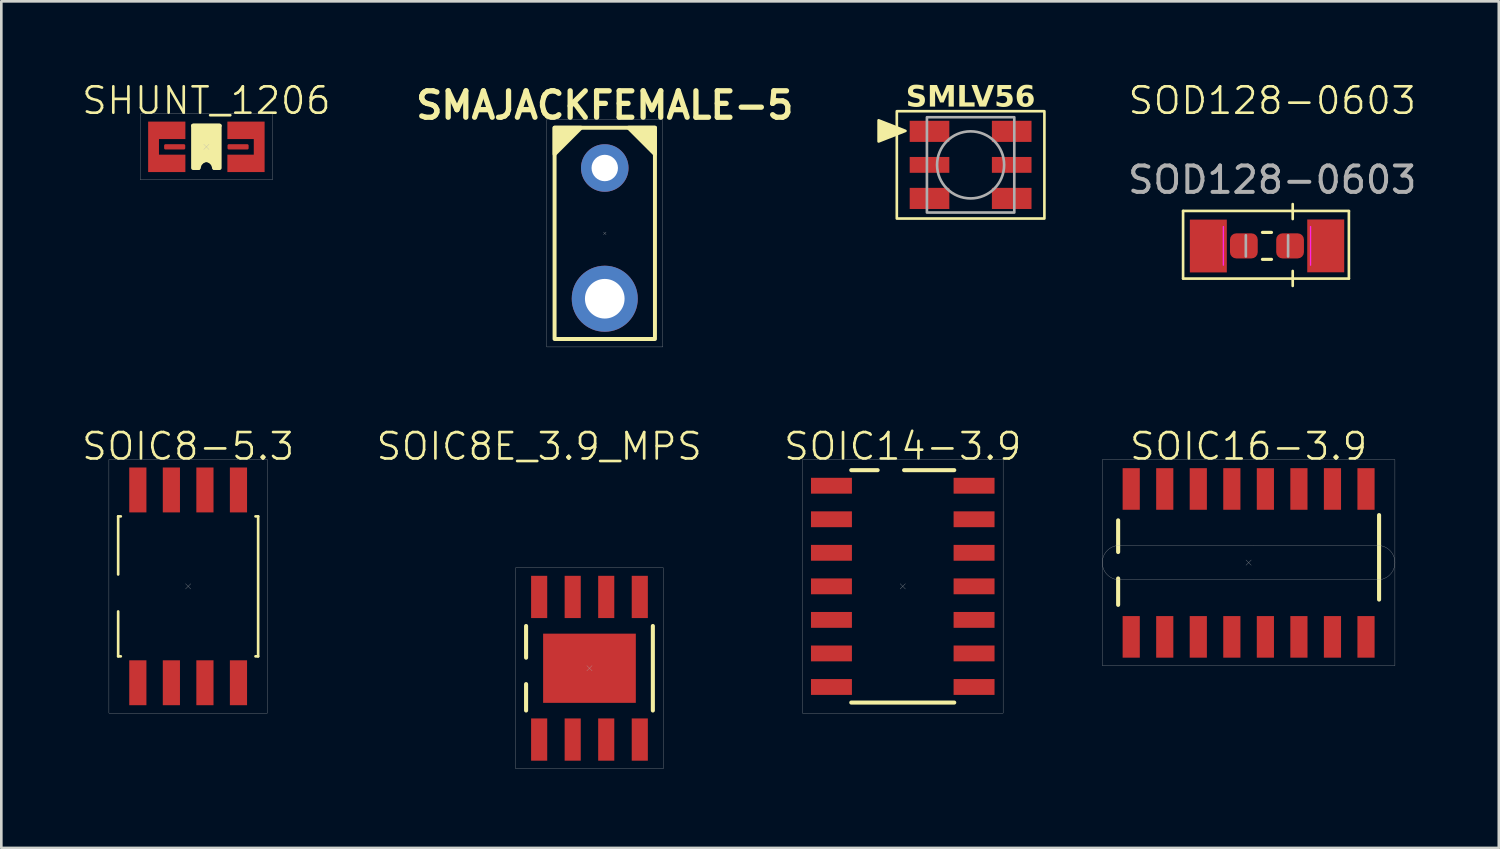
<source format=kicad_pcb>
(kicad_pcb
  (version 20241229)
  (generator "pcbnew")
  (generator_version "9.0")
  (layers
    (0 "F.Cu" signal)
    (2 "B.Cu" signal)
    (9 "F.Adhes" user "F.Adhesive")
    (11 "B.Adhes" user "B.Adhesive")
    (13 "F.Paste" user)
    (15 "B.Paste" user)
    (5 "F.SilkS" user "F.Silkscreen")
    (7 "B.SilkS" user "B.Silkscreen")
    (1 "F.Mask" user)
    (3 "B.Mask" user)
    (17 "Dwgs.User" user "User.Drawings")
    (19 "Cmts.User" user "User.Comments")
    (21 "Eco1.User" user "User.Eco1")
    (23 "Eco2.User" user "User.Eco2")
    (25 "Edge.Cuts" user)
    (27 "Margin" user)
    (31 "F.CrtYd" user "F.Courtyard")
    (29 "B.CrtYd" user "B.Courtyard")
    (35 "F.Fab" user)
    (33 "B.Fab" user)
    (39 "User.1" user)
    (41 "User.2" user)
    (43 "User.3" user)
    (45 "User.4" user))
  (footprint "SOIC16-3.9"
    (layer "F.Cu")
    (at 44.226 18.252)
    (property "Reference" "SOIC16-3.9" (at 0 -4.4 0) (unlocked yes) (layer "F.SilkS") (effects (font (size 1 1) (thickness 0.1))))
    (attr smd)
    (fp_line (start -4.94 -0.4) (end -4.94 -1.6) (stroke (width 0.154) (type default)) (layer "F.SilkS"))
    (fp_line (start -4.94 1.6) (end -4.94 0.6) (stroke (width 0.154) (type default)) (layer "F.SilkS"))
    (fp_line (start 4.94 1.4) (end 4.94 -1.8) (stroke (width 0.154) (type default)) (layer "F.SilkS"))
    (fp_line (start -0.1 -0.1) (end 0.1 0.1) (stroke (width 0.01) (type default)) (layer "F.Fab"))
    (fp_line (start 0.1 -0.1) (end -0.1 0.1) (stroke (width 0.01) (type default)) (layer "F.Fab"))
    (fp_line (start 0.19 -0.65) (end -4.89 -0.65) (stroke (width 0.01) (type default)) (layer "F.Fab"))
    (fp_line (start 0.19 0.65) (end -4.89 0.65) (stroke (width 0.01) (type default)) (layer "F.Fab"))
    (fp_line (start 4.89 -0.65) (end 0.19 -0.65) (stroke (width 0.01) (type default)) (layer "F.Fab"))
    (fp_line (start 4.89 0.65) (end 0.19 0.65) (stroke (width 0.01) (type default)) (layer "F.Fab"))
    (fp_rect (start -5.54 -3.9) (end 5.54 3.9) (stroke (width 0.01) (type default)) (fill no) (layer "F.Fab"))
    (fp_arc (start -4.89 0.65) (mid -5.54 0) (end -4.89 -0.65) (stroke (width 0.01) (type default)) (layer "F.Fab"))
    (fp_arc (start 4.89 -0.65) (mid 5.54 0) (end 4.89 0.65) (stroke (width 0.01) (type default)) (layer "F.Fab"))
    (pad "1" smd rect (at -4.445 2.812) (size 0.65 1.575) (layers "F.Cu" "F.Mask" "F.Paste"))
    (pad "2" smd rect (at -3.175 2.812) (size 0.65 1.575) (layers "F.Cu" "F.Mask" "F.Paste"))
    (pad "3" smd rect (at -1.905 2.812) (size 0.65 1.575) (layers "F.Cu" "F.Mask" "F.Paste"))
    (pad "4" smd rect (at -0.635 2.812) (size 0.65 1.575) (layers "F.Cu" "F.Mask" "F.Paste"))
    (pad "5" smd rect (at 0.635 2.812) (size 0.65 1.575) (layers "F.Cu" "F.Mask" "F.Paste"))
    (pad "6" smd rect (at 1.905 2.812) (size 0.65 1.575) (layers "F.Cu" "F.Mask" "F.Paste"))
    (pad "7" smd rect (at 3.175 2.812) (size 0.65 1.575) (layers "F.Cu" "F.Mask" "F.Paste"))
    (pad "8" smd rect (at 4.445 2.812) (size 0.65 1.575) (layers "F.Cu" "F.Mask" "F.Paste"))
    (pad "9" smd rect (at 4.445 -2.788) (size 0.65 1.575) (layers "F.Cu" "F.Mask" "F.Paste"))
    (pad "10" smd rect (at 3.175 -2.788) (size 0.65 1.575) (layers "F.Cu" "F.Mask" "F.Paste"))
    (pad "11" smd rect (at 1.905 -2.788) (size 0.65 1.575) (layers "F.Cu" "F.Mask" "F.Paste"))
    (pad "12" smd rect (at 0.635 -2.788) (size 0.65 1.575) (layers "F.Cu" "F.Mask" "F.Paste"))
    (pad "13" smd rect (at -0.635 -2.788) (size 0.65 1.575) (layers "F.Cu" "F.Mask" "F.Paste"))
    (pad "14" smd rect (at -1.905 -2.788) (size 0.65 1.575) (layers "F.Cu" "F.Mask" "F.Paste"))
    (pad "15" smd rect (at -3.175 -2.788) (size 0.65 1.575) (layers "F.Cu" "F.Mask" "F.Paste"))
    (pad "16" smd rect (at -4.445 -2.788) (size 0.65 1.575) (layers "F.Cu" "F.Mask" "F.Paste")))
  (footprint "SMAJACKFEMALE-5"
    (layer "F.Cu")
    (at 19.848 5.786)
    (property "Reference" "SMAJACKFEMALE-5" (at 0 -4.85 0) (unlocked yes) (layer "F.SilkS") (effects (font (size 1 1) (thickness 0.2) (bold yes))))
    (attr through_hole)
    (fp_rect (start -1.9 -4) (end 1.9 4) (stroke (width 0.15) (type default)) (fill no) (layer "F.SilkS"))
    (fp_poly (pts (xy -1.9 -4) (xy -1.9 -3) (xy -0.9 -4)) (stroke (width 0.15) (type solid)) (fill yes) (layer "F.SilkS"))
    (fp_poly (pts (xy 1.9 -4) (xy 0.9 -4) (xy 1.9 -3)) (stroke (width 0.15) (type solid)) (fill yes) (layer "F.SilkS"))
    (fp_line (start -0.05 -0.05) (end 0.05 0.05) (stroke (width 0.01) (type default)) (layer "F.Fab"))
    (fp_line (start 0.05 -0.05) (end -0.05 0.05) (stroke (width 0.01) (type default)) (layer "F.Fab"))
    (fp_rect (start -2.2 -4.3) (end 2.2 4.3) (stroke (width 0.01) (type default)) (fill no) (layer "F.Fab"))
    (pad "1" thru_hole circle (at 0 -2.475) (size 1.8 1.8) (drill 1) (layers "*.Cu" "*.Mask"))
    (pad "2" thru_hole circle (at 0 2.475) (size 2.5 2.5) (drill 1.5) (layers "*.Cu" "*.Mask")))
  (footprint "SOIC8E_3.9_MPS"
    (layer "F.Cu")
    (at 19.269 22.252)
    (property "Reference" "SOIC8E_3.9_MPS" (at -1.905 -8.4 0) (unlocked yes) (layer "F.SilkS") (effects (font (size 1 1) (thickness 0.1))))
    (attr smd)
    (fp_line (start -2.4 -0.4) (end -2.4 -1.6) (stroke (width 0.154) (type default)) (layer "F.SilkS"))
    (fp_line (start -2.4 1.6) (end -2.4 0.6) (stroke (width 0.154) (type default)) (layer "F.SilkS"))
    (fp_line (start 2.4 1.6) (end 2.4 -1.6) (stroke (width 0.154) (type default)) (layer "F.SilkS"))
    (fp_line (start -0.1 -0.1) (end 0.1 0.1) (stroke (width 0.01) (type default)) (layer "F.Fab"))
    (fp_line (start 0.1 -0.1) (end -0.1 0.1) (stroke (width 0.01) (type default)) (layer "F.Fab"))
    (fp_rect (start -2.8 -3.8) (end 2.8 3.8) (stroke (width 0.01) (type default)) (fill no) (layer "F.Fab"))
    (pad "1" smd rect (at -1.905 2.7) (size 0.61 1.6) (layers "F.Cu" "F.Mask" "F.Paste"))
    (pad "2" smd rect (at -0.635 2.7) (size 0.61 1.6) (layers "F.Cu" "F.Mask" "F.Paste"))
    (pad "3" smd rect (at 0.635 2.7) (size 0.61 1.6) (layers "F.Cu" "F.Mask" "F.Paste"))
    (pad "4" smd rect (at 1.905 2.7) (size 0.61 1.6) (layers "F.Cu" "F.Mask" "F.Paste"))
    (pad "5" smd rect (at 1.905 -2.7) (size 0.61 1.6) (layers "F.Cu" "F.Mask" "F.Paste"))
    (pad "6" smd rect (at 0.635 -2.7) (size 0.61 1.6) (layers "F.Cu" "F.Mask" "F.Paste"))
    (pad "7" smd rect (at -0.635 -2.7) (size 0.61 1.6) (layers "F.Cu" "F.Mask" "F.Paste"))
    (pad "8" smd rect (at -1.905 -2.7) (size 0.61 1.6) (layers "F.Cu" "F.Mask" "F.Paste"))
    (pad "9" smd rect (at 0 0) (size 3.51 2.62) (layers "F.Cu" "F.Mask" "F.Paste")))
  (footprint "SOD128-0603"
    (layer "F.Cu")
    (at 45.121 1.26)
    (property "Reference" "SOD128-0603" (at 0 -0.5 0) (unlocked yes) (layer "F.SilkS") (effects (font (size 1 1) (thickness 0.1))))
    (attr smd)
    (fp_line (start -3.376 3.677) (end 2.904 3.677) (stroke (width 0.1) (type default)) (layer "F.SilkS"))
    (fp_line (start -3.376 6.237) (end -3.376 3.677) (stroke (width 0.1) (type default)) (layer "F.SilkS"))
    (fp_line (start -0.371 4.49) (end -0.029 4.49) (stroke (width 0.12) (type solid)) (layer "F.SilkS"))
    (fp_line (start -0.371 5.51) (end -0.029 5.51) (stroke (width 0.12) (type solid)) (layer "F.SilkS"))
    (fp_line (start 0.775 3.417) (end 0.775 3.7) (stroke (width 0.1) (type default)) (layer "F.SilkS"))
    (fp_line (start 0.775 3.983) (end 0.775 3.7) (stroke (width 0.1) (type default)) (layer "F.SilkS"))
    (fp_line (start 0.775 5.95) (end 0.775 6.233) (stroke (width 0.1) (type default)) (layer "F.SilkS"))
    (fp_line (start 0.775 6.233) (end 0.775 6.516) (stroke (width 0.1) (type default)) (layer "F.SilkS"))
    (fp_line (start 2.902 3.685) (end 2.902 6.239) (stroke (width 0.1) (type default)) (layer "F.SilkS"))
    (fp_line (start 2.902 6.239) (end -3.374 6.239) (stroke (width 0.1) (type default)) (layer "F.SilkS"))
    (fp_line (start -1.85 5.73) (end -1.85 4.27) (stroke (width 0.05) (type solid)) (layer "F.CrtYd"))
    (fp_line (start 1.45 4.27) (end 1.45 5.73) (stroke (width 0.05) (type solid)) (layer "F.CrtYd"))
    (fp_line (start -1 5.4) (end -1 4.6) (stroke (width 0.1) (type solid)) (layer "F.Fab"))
    (fp_line (start 0.6 4.6) (end 0.6 5.4) (stroke (width 0.1) (type solid)) (layer "F.Fab"))
    (fp_text user "${REFERENCE}" (at 0 2.5 0) (unlocked yes) (layer "F.Fab") (effects (font (size 1 1) (thickness 0.15))))
    (pad "1" smd rect (at -2.42 5.005 90) (size 2 1.4) (layers "F.Cu" "F.Mask" "F.Paste"))
    (pad "1" smd roundrect (at -1.075 5) (size 1.05 0.95) (layers "F.Cu" "F.Mask" "F.Paste") (roundrect_rratio 0.25))
    (pad "2" smd roundrect (at 0.675 5) (size 1.05 0.95) (layers "F.Cu" "F.Mask" "F.Paste") (roundrect_rratio 0.25))
    (pad "2" smd rect (at 2.025 5 90) (size 2 1.4) (layers "F.Cu" "F.Mask" "F.Paste")))
  (footprint "SOIC14-3.9"
    (layer "F.Cu")
    (at 31.131 19.151)
    (property "Reference" "SOIC14-3.9" (at 0 -5.3 0) (unlocked yes) (layer "F.SilkS") (effects (font (size 1 1) (thickness 0.1))))
    (attr smd)
    (fp_line (start -1.95 -4.4) (end -0.95 -4.4) (stroke (width 0.154) (type default)) (layer "F.SilkS"))
    (fp_line (start -1.95 4.4) (end 1.95 4.4) (stroke (width 0.154) (type default)) (layer "F.SilkS"))
    (fp_line (start 1.95 -4.4) (end 0.05 -4.4) (stroke (width 0.154) (type default)) (layer "F.SilkS"))
    (fp_line (start -0.1 -0.1) (end 0.1 0.1) (stroke (width 0.01) (type default)) (layer "F.Fab"))
    (fp_line (start 0.1 -0.1) (end -0.1 0.1) (stroke (width 0.01) (type default)) (layer "F.Fab"))
    (fp_rect (start -3.8 -4.8) (end 3.8 4.8) (stroke (width 0.01) (type default)) (fill no) (layer "F.Fab"))
    (pad "1" smd rect (at -2.7 -3.81 270) (size 0.6 1.55) (layers "F.Cu" "F.Mask" "F.Paste"))
    (pad "2" smd rect (at 2.7 -3.81 270) (size 0.6 1.55) (layers "F.Cu" "F.Mask" "F.Paste"))
    (pad "3" smd rect (at -2.7 -2.54 270) (size 0.6 1.55) (layers "F.Cu" "F.Mask" "F.Paste"))
    (pad "4" smd rect (at 2.7 -2.54 270) (size 0.6 1.55) (layers "F.Cu" "F.Mask" "F.Paste"))
    (pad "5" smd rect (at -2.7 -1.27 270) (size 0.6 1.55) (layers "F.Cu" "F.Mask" "F.Paste"))
    (pad "6" smd rect (at 2.7 -1.27 270) (size 0.6 1.55) (layers "F.Cu" "F.Mask" "F.Paste"))
    (pad "7" smd rect (at -2.7 0 270) (size 0.6 1.55) (layers "F.Cu" "F.Mask" "F.Paste"))
    (pad "8" smd rect (at 2.7 0 270) (size 0.6 1.55) (layers "F.Cu" "F.Mask" "F.Paste"))
    (pad "9" smd rect (at -2.7 1.27 270) (size 0.6 1.55) (layers "F.Cu" "F.Mask" "F.Paste"))
    (pad "10" smd rect (at 2.7 1.27 270) (size 0.6 1.55) (layers "F.Cu" "F.Mask" "F.Paste"))
    (pad "11" smd rect (at -2.7 2.54 270) (size 0.6 1.55) (layers "F.Cu" "F.Mask" "F.Paste"))
    (pad "12" smd rect (at 2.7 2.54 270) (size 0.6 1.55) (layers "F.Cu" "F.Mask" "F.Paste"))
    (pad "13" smd rect (at -2.7 3.81 270) (size 0.6 1.55) (layers "F.Cu" "F.Mask" "F.Paste"))
    (pad "14" smd rect (at 2.7 3.81 270) (size 0.6 1.55) (layers "F.Cu" "F.Mask" "F.Paste")))
  (footprint "SMLV56"
    (layer "F.Cu")
    (at 33.7 3.193)
    (property "Reference" "SMLV56" (at 0 -2.54 0) (unlocked yes) (layer "F.SilkS") (effects (font (face "Arial") (size 0.8 0.8) (thickness 0.1) (bold yes))))
    (attr smd)
    (fp_poly (pts (xy -2.467 -1.287) (xy -3.483 -1.687) (xy -3.483 -0.887)) (stroke (width 0.1) (type solid)) (fill yes) (layer "F.SilkS"))
    (fp_poly (pts (xy -2.794 -2.032) (xy 2.794 -2.032) (xy 2.794 2.032) (xy -2.794 2.032)) (stroke (width 0.1) (type default)) (fill no) (layer "F.SilkS"))
    (fp_circle (center 0 0) (end 0 -1.27) (stroke (width 0.1) (type default)) (fill no) (layer "F.Fab"))
    (fp_poly (pts (xy -1.654 -1.804) (xy 1.654 -1.804) (xy 1.654 1.804) (xy -1.654 1.804)) (stroke (width 0.1) (type default)) (fill no) (layer "F.Fab"))
    (pad "BA" smd rect (at -1.556 -1.27 90) (size 0.8 1.5) (layers "F.Cu" "F.Mask" "F.Paste"))
    (pad "BK" smd rect (at 1.556 -1.27 90) (size 0.8 1.5) (layers "F.Cu" "F.Mask" "F.Paste"))
    (pad "GA" smd rect (at -1.556 1.27 90) (size 0.8 1.5) (layers "F.Cu" "F.Mask" "F.Paste"))
    (pad "GK" smd rect (at 1.556 1.27 90) (size 0.8 1.5) (layers "F.Cu" "F.Mask" "F.Paste"))
    (pad "RA" smd rect (at -1.556 0 90) (size 0.6 1.5) (layers "F.Cu" "F.Mask" "F.Paste"))
    (pad "RK" smd rect (at 1.556 0 90) (size 0.6 1.5) (layers "F.Cu" "F.Mask" "F.Paste")))
  (footprint "SHUNT_1206"
    (layer "F.Cu")
    (at 4.764 2.51)
    (property "Reference" "SHUNT_1206" (at 0 -1.75 0) (unlocked yes) (layer "F.SilkS") (effects (font (size 1 1) (thickness 0.1))))
    (attr smd)
    (fp_line (start -0.5 -0.8) (end 0.5 -0.8) (stroke (width 0.154) (type default)) (layer "F.SilkS"))
    (fp_arc (start -0.3 0.8) (mid 0 0.5) (end 0.3 0.8) (stroke (width 0.154) (type default)) (layer "F.SilkS"))
    (fp_poly (pts (xy 0.5 -0.8) (xy 0.5 0.8) (xy 0.3 0.8) (xy 0.25 0.65) (xy 0.15 0.55) (xy 0.05 0.5) (xy -0.05 0.5) (xy -0.15 0.55) (xy -0.25 0.65) (xy -0.3 0.8) (xy -0.5 0.8) (xy -0.5 -0.8)) (stroke (width 0.154) (type solid)) (fill yes) (layer "F.SilkS"))
    (fp_line (start -0.1 -0.1) (end 0.1 0.1) (stroke (width 0.01) (type default)) (layer "F.Fab"))
    (fp_line (start 0.1 -0.1) (end -0.1 0.1) (stroke (width 0.01) (type default)) (layer "F.Fab"))
    (fp_rect (start -2.5 -1.25) (end 2.5 1.25) (stroke (width 0.01) (type default)) (fill no) (layer "F.Fab"))
    (pad "1" smd custom (at -2 0) (size 0.4 1.9) (layers "F.Cu" "F.Mask" "F.Paste") (options (anchor rect)) (primitives (gr_poly (pts (xy -0.2 -0.95) (xy 1.2 -0.95) (xy 1.2 -0.3) (xy 0.2 -0.3) (xy 0.2 0.3) (xy 1.2 0.3) (xy 1.2 0.95) (xy -0.2 0.95)) (width 0.01) (fill yes))))
    (pad "2" smd custom (at 2 0 180) (size 0.4 1.9) (layers "F.Cu" "F.Mask" "F.Paste") (options (anchor rect)) (primitives (gr_poly (pts (xy -0.2 -0.95) (xy 1.2 -0.95) (xy 1.2 -0.3) (xy 0.2 -0.3) (xy 0.2 0.3) (xy 1.2 0.3) (xy 1.2 0.95) (xy -0.2 0.95)) (width 0.01) (fill yes))))
    (pad "3" smd roundrect (at -1.2 0) (size 0.8 0.2) (layers "F.Cu" "F.Mask" "F.Paste") (roundrect_rratio 0.25))
    (pad "4" smd roundrect (at 1.2 0 180) (size 0.8 0.2) (layers "F.Cu" "F.Mask" "F.Paste") (roundrect_rratio 0.25)))
  (footprint "SOIC8-5.3"
    (layer "F.Cu")
    (at 4.074 19.151)
    (property "Reference" "SOIC8-5.3" (at 0 -5.3 0) (unlocked yes) (layer "F.SilkS") (effects (font (size 1 1) (thickness 0.1))))
    (attr smd)
    (fp_line (start -2.65 -2.65) (end -2.65 -0.45) (stroke (width 0.1) (type default)) (layer "F.SilkS"))
    (fp_line (start -2.65 2.65) (end -2.65 0.95) (stroke (width 0.1) (type default)) (layer "F.SilkS"))
    (fp_line (start -2.55 -2.65) (end -2.65 -2.65) (stroke (width 0.1) (type default)) (layer "F.SilkS"))
    (fp_line (start -2.55 2.65) (end -2.65 2.65) (stroke (width 0.1) (type default)) (layer "F.SilkS"))
    (fp_line (start 2.55 -2.65) (end 2.65 -2.65) (stroke (width 0.1) (type default)) (layer "F.SilkS"))
    (fp_line (start 2.65 -2.65) (end 2.65 2.65) (stroke (width 0.1) (type default)) (layer "F.SilkS"))
    (fp_line (start 2.65 2.65) (end 2.55 2.65) (stroke (width 0.1) (type default)) (layer "F.SilkS"))
    (fp_line (start -0.1 -0.1) (end 0.1 0.1) (stroke (width 0.01) (type default)) (layer "F.Fab"))
    (fp_line (start 0.1 -0.1) (end -0.1 0.1) (stroke (width 0.01) (type default)) (layer "F.Fab"))
    (fp_rect (start -3 -4.8) (end 3 4.8) (stroke (width 0.01) (type default)) (fill no) (layer "F.Fab"))
    (pad "1" smd rect (at -1.905 3.65) (size 0.65 1.7) (layers "F.Cu" "F.Mask" "F.Paste"))
    (pad "2" smd rect (at -0.635 3.65) (size 0.65 1.7) (layers "F.Cu" "F.Mask" "F.Paste"))
    (pad "3" smd rect (at 0.635 3.65) (size 0.65 1.7) (layers "F.Cu" "F.Mask" "F.Paste"))
    (pad "4" smd rect (at 1.905 3.65) (size 0.65 1.7) (layers "F.Cu" "F.Mask" "F.Paste"))
    (pad "5" smd rect (at 1.905 -3.65) (size 0.65 1.7) (layers "F.Cu" "F.Mask" "F.Paste"))
    (pad "6" smd rect (at 0.635 -3.65) (size 0.65 1.7) (layers "F.Cu" "F.Mask" "F.Paste"))
    (pad "7" smd rect (at -0.635 -3.65) (size 0.65 1.7) (layers "F.Cu" "F.Mask" "F.Paste"))
    (pad "8" smd rect (at -1.905 -3.65) (size 0.65 1.7) (layers "F.Cu" "F.Mask" "F.Paste")))
  (gr_rect
    (start -3 -3)
    (end 53.699 29.056)
    (stroke (width 0.1) (type default))
    (fill no)
    (layer "Edge.Cuts")))
</source>
